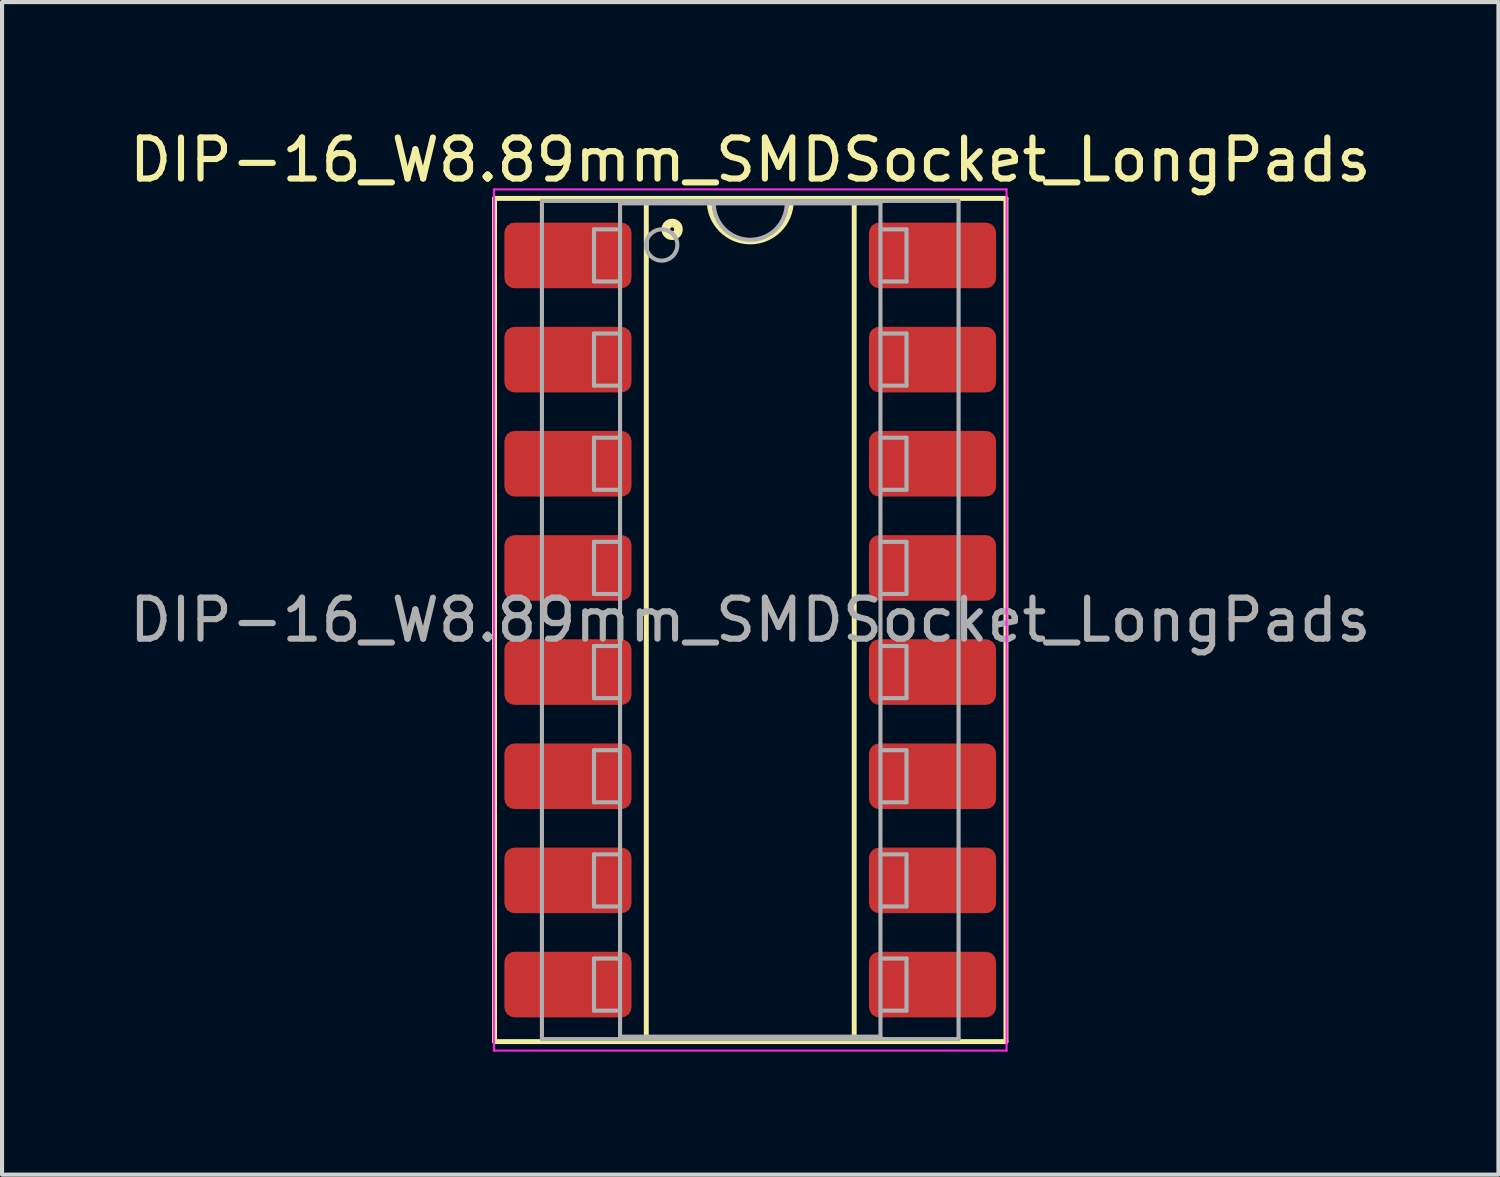
<source format=kicad_pcb>
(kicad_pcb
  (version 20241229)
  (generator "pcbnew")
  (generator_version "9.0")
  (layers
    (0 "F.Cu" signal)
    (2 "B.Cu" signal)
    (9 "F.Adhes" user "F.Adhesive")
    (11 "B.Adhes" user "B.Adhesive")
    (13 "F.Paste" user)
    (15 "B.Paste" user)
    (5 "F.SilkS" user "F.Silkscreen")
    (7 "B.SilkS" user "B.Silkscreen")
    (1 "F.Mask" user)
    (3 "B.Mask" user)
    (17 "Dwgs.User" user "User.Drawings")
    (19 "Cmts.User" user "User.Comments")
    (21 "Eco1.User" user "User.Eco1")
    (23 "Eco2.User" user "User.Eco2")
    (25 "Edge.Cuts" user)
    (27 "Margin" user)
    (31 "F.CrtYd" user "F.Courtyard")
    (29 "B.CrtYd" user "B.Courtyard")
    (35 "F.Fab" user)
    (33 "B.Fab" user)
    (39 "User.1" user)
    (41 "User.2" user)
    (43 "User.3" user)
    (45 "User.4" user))
  (footprint "DIP-16_W8.89mm_SMDSocket_LongPads"
    (layer "F.Cu")
    (at 15.244 12.068)
    (property "Reference" "DIP-16_W8.89mm_SMDSocket_LongPads" (at 0 -11.22 0) (layer "F.SilkS") (effects (font (size 1 1) (thickness 0.15))))
    (attr smd)
    (fp_line (start -6.235 -10.28) (end -6.235 10.28) (stroke (width 0.12) (type solid)) (layer "F.SilkS"))
    (fp_line (start -6.235 10.28) (end 6.235 10.28) (stroke (width 0.12) (type solid)) (layer "F.SilkS"))
    (fp_line (start -2.535 -10.22) (end -2.535 10.22) (stroke (width 0.12) (type solid)) (layer "F.SilkS"))
    (fp_line (start -2.535 10.22) (end 2.535 10.22) (stroke (width 0.12) (type solid)) (layer "F.SilkS"))
    (fp_line (start -1 -10.22) (end -2.535 -10.22) (stroke (width 0.12) (type solid)) (layer "F.SilkS"))
    (fp_line (start 2.535 -10.22) (end 1 -10.22) (stroke (width 0.12) (type solid)) (layer "F.SilkS"))
    (fp_line (start 2.535 10.22) (end 2.535 -10.22) (stroke (width 0.12) (type solid)) (layer "F.SilkS"))
    (fp_line (start 6.235 -10.28) (end -6.235 -10.28) (stroke (width 0.12) (type solid)) (layer "F.SilkS"))
    (fp_line (start 6.235 10.28) (end 6.235 -10.28) (stroke (width 0.12) (type solid)) (layer "F.SilkS"))
    (fp_arc (start 1 -10.22) (mid 0 -9.22) (end -1 -10.22) (stroke (width 0.12) (type solid)) (layer "F.SilkS"))
    (fp_circle (center -1.905 -9.525) (end -1.855 -9.525) (stroke (width 0.12) (type solid)) (fill no) (layer "F.SilkS"))
    (fp_circle (center -1.905 -9.525) (end -1.78 -9.525) (stroke (width 0.12) (type solid)) (fill no) (layer "F.SilkS"))
    (fp_circle (center -1.905 -9.525) (end -1.705 -9.525) (stroke (width 0.12) (type solid)) (fill no) (layer "F.SilkS"))
    (fp_line (start -6.25 -10.5) (end -6.25 10.5) (stroke (width 0.05) (type solid)) (layer "F.CrtYd"))
    (fp_line (start -6.25 10.5) (end 6.25 10.5) (stroke (width 0.05) (type solid)) (layer "F.CrtYd"))
    (fp_line (start 6.25 -10.5) (end -6.25 -10.5) (stroke (width 0.05) (type solid)) (layer "F.CrtYd"))
    (fp_line (start 6.25 10.5) (end 6.25 -10.5) (stroke (width 0.05) (type solid)) (layer "F.CrtYd"))
    (fp_line (start -5.08 -10.22) (end -5.08 10.22) (stroke (width 0.1) (type solid)) (layer "F.Fab"))
    (fp_line (start -5.08 10.22) (end 5.08 10.22) (stroke (width 0.1) (type solid)) (layer "F.Fab"))
    (fp_line (start -3.81 -9.525) (end -3.81 -8.255) (stroke (width 0.1) (type solid)) (layer "F.Fab"))
    (fp_line (start -3.81 -9.525) (end -3.175 -9.525) (stroke (width 0.1) (type solid)) (layer "F.Fab"))
    (fp_line (start -3.81 -8.255) (end -3.175 -8.255) (stroke (width 0.1) (type solid)) (layer "F.Fab"))
    (fp_line (start -3.81 -6.985) (end -3.81 -5.715) (stroke (width 0.1) (type solid)) (layer "F.Fab"))
    (fp_line (start -3.81 -6.985) (end -3.175 -6.985) (stroke (width 0.1) (type solid)) (layer "F.Fab"))
    (fp_line (start -3.81 -5.715) (end -3.175 -5.715) (stroke (width 0.1) (type solid)) (layer "F.Fab"))
    (fp_line (start -3.81 -4.445) (end -3.81 -3.175) (stroke (width 0.1) (type solid)) (layer "F.Fab"))
    (fp_line (start -3.81 -4.445) (end -3.175 -4.445) (stroke (width 0.1) (type solid)) (layer "F.Fab"))
    (fp_line (start -3.81 -3.175) (end -3.175 -3.175) (stroke (width 0.1) (type solid)) (layer "F.Fab"))
    (fp_line (start -3.81 -1.905) (end -3.81 -0.635) (stroke (width 0.1) (type solid)) (layer "F.Fab"))
    (fp_line (start -3.81 -1.905) (end -3.175 -1.905) (stroke (width 0.1) (type solid)) (layer "F.Fab"))
    (fp_line (start -3.81 -0.635) (end -3.175 -0.635) (stroke (width 0.1) (type solid)) (layer "F.Fab"))
    (fp_line (start -3.81 0.635) (end -3.81 1.905) (stroke (width 0.1) (type solid)) (layer "F.Fab"))
    (fp_line (start -3.81 0.635) (end -3.175 0.635) (stroke (width 0.1) (type solid)) (layer "F.Fab"))
    (fp_line (start -3.81 1.905) (end -3.175 1.905) (stroke (width 0.1) (type solid)) (layer "F.Fab"))
    (fp_line (start -3.81 3.175) (end -3.81 4.445) (stroke (width 0.1) (type solid)) (layer "F.Fab"))
    (fp_line (start -3.81 3.175) (end -3.175 3.175) (stroke (width 0.1) (type solid)) (layer "F.Fab"))
    (fp_line (start -3.81 4.445) (end -3.175 4.445) (stroke (width 0.1) (type solid)) (layer "F.Fab"))
    (fp_line (start -3.81 5.715) (end -3.81 6.985) (stroke (width 0.1) (type solid)) (layer "F.Fab"))
    (fp_line (start -3.81 5.715) (end -3.175 5.715) (stroke (width 0.1) (type solid)) (layer "F.Fab"))
    (fp_line (start -3.81 6.985) (end -3.175 6.985) (stroke (width 0.1) (type solid)) (layer "F.Fab"))
    (fp_line (start -3.81 8.255) (end -3.81 9.525) (stroke (width 0.1) (type solid)) (layer "F.Fab"))
    (fp_line (start -3.81 8.255) (end -3.175 8.255) (stroke (width 0.1) (type solid)) (layer "F.Fab"))
    (fp_line (start -3.81 9.525) (end -3.175 9.525) (stroke (width 0.1) (type solid)) (layer "F.Fab"))
    (fp_line (start -3.175 -10.16) (end 3.175 -10.16) (stroke (width 0.1) (type solid)) (layer "F.Fab"))
    (fp_line (start -3.175 10.16) (end -3.175 -10.16) (stroke (width 0.1) (type solid)) (layer "F.Fab"))
    (fp_line (start 3.175 -10.16) (end 3.175 10.16) (stroke (width 0.1) (type solid)) (layer "F.Fab"))
    (fp_line (start 3.175 10.16) (end -3.175 10.16) (stroke (width 0.1) (type solid)) (layer "F.Fab"))
    (fp_line (start 3.81 -9.525) (end 3.175 -9.525) (stroke (width 0.1) (type solid)) (layer "F.Fab"))
    (fp_line (start 3.81 -8.255) (end 3.175 -8.255) (stroke (width 0.1) (type solid)) (layer "F.Fab"))
    (fp_line (start 3.81 -8.255) (end 3.81 -9.525) (stroke (width 0.1) (type solid)) (layer "F.Fab"))
    (fp_line (start 3.81 -6.985) (end 3.175 -6.985) (stroke (width 0.1) (type solid)) (layer "F.Fab"))
    (fp_line (start 3.81 -5.715) (end 3.175 -5.715) (stroke (width 0.1) (type solid)) (layer "F.Fab"))
    (fp_line (start 3.81 -5.715) (end 3.81 -6.985) (stroke (width 0.1) (type solid)) (layer "F.Fab"))
    (fp_line (start 3.81 -4.445) (end 3.175 -4.445) (stroke (width 0.1) (type solid)) (layer "F.Fab"))
    (fp_line (start 3.81 -3.175) (end 3.175 -3.175) (stroke (width 0.1) (type solid)) (layer "F.Fab"))
    (fp_line (start 3.81 -3.175) (end 3.81 -4.445) (stroke (width 0.1) (type solid)) (layer "F.Fab"))
    (fp_line (start 3.81 -1.905) (end 3.175 -1.905) (stroke (width 0.1) (type solid)) (layer "F.Fab"))
    (fp_line (start 3.81 -0.635) (end 3.175 -0.635) (stroke (width 0.1) (type solid)) (layer "F.Fab"))
    (fp_line (start 3.81 -0.635) (end 3.81 -1.905) (stroke (width 0.1) (type solid)) (layer "F.Fab"))
    (fp_line (start 3.81 0.635) (end 3.175 0.635) (stroke (width 0.1) (type solid)) (layer "F.Fab"))
    (fp_line (start 3.81 1.905) (end 3.175 1.905) (stroke (width 0.1) (type solid)) (layer "F.Fab"))
    (fp_line (start 3.81 1.905) (end 3.81 0.635) (stroke (width 0.1) (type solid)) (layer "F.Fab"))
    (fp_line (start 3.81 3.175) (end 3.175 3.175) (stroke (width 0.1) (type solid)) (layer "F.Fab"))
    (fp_line (start 3.81 4.445) (end 3.175 4.445) (stroke (width 0.1) (type solid)) (layer "F.Fab"))
    (fp_line (start 3.81 4.445) (end 3.81 3.175) (stroke (width 0.1) (type solid)) (layer "F.Fab"))
    (fp_line (start 3.81 5.715) (end 3.175 5.715) (stroke (width 0.1) (type solid)) (layer "F.Fab"))
    (fp_line (start 3.81 6.985) (end 3.175 6.985) (stroke (width 0.1) (type solid)) (layer "F.Fab"))
    (fp_line (start 3.81 6.985) (end 3.81 5.715) (stroke (width 0.1) (type solid)) (layer "F.Fab"))
    (fp_line (start 3.81 8.255) (end 3.175 8.255) (stroke (width 0.1) (type solid)) (layer "F.Fab"))
    (fp_line (start 3.81 9.525) (end 3.175 9.525) (stroke (width 0.1) (type solid)) (layer "F.Fab"))
    (fp_line (start 3.81 9.525) (end 3.81 8.255) (stroke (width 0.1) (type solid)) (layer "F.Fab"))
    (fp_line (start 5.08 -10.22) (end -5.08 -10.22) (stroke (width 0.1) (type solid)) (layer "F.Fab"))
    (fp_line (start 5.08 10.22) (end 5.08 -10.22) (stroke (width 0.1) (type solid)) (layer "F.Fab"))
    (fp_arc (start 0.889 -10.16) (mid 0 -9.271) (end -0.889 -10.16) (stroke (width 0.1) (type solid)) (layer "F.Fab"))
    (fp_circle (center -2.159 -9.144) (end -1.778 -9.144) (stroke (width 0.1) (type solid)) (fill no) (layer "F.Fab"))
    (fp_text user "${REFERENCE}" (at 0 0 0) (layer "F.Fab") (effects (font (size 1 1) (thickness 0.15))))
    (pad "1" smd roundrect (at -4.445 -8.89) (size 3.1 1.6) (layers "F.Cu" "F.Mask" "F.Paste") (roundrect_rratio 0.156))
    (pad "2" smd roundrect (at -4.445 -6.35) (size 3.1 1.6) (layers "F.Cu" "F.Mask" "F.Paste") (roundrect_rratio 0.156))
    (pad "3" smd roundrect (at -4.445 -3.81) (size 3.1 1.6) (layers "F.Cu" "F.Mask" "F.Paste") (roundrect_rratio 0.156))
    (pad "4" smd roundrect (at -4.445 -1.27) (size 3.1 1.6) (layers "F.Cu" "F.Mask" "F.Paste") (roundrect_rratio 0.156))
    (pad "5" smd roundrect (at -4.445 1.27) (size 3.1 1.6) (layers "F.Cu" "F.Mask" "F.Paste") (roundrect_rratio 0.156))
    (pad "6" smd roundrect (at -4.445 3.81) (size 3.1 1.6) (layers "F.Cu" "F.Mask" "F.Paste") (roundrect_rratio 0.156))
    (pad "7" smd roundrect (at -4.445 6.35) (size 3.1 1.6) (layers "F.Cu" "F.Mask" "F.Paste") (roundrect_rratio 0.156))
    (pad "8" smd roundrect (at -4.445 8.89) (size 3.1 1.6) (layers "F.Cu" "F.Mask" "F.Paste") (roundrect_rratio 0.156))
    (pad "9" smd roundrect (at 4.445 8.89) (size 3.1 1.6) (layers "F.Cu" "F.Mask" "F.Paste") (roundrect_rratio 0.156))
    (pad "10" smd roundrect (at 4.445 6.35) (size 3.1 1.6) (layers "F.Cu" "F.Mask" "F.Paste") (roundrect_rratio 0.156))
    (pad "11" smd roundrect (at 4.445 3.81) (size 3.1 1.6) (layers "F.Cu" "F.Mask" "F.Paste") (roundrect_rratio 0.156))
    (pad "12" smd roundrect (at 4.445 1.27) (size 3.1 1.6) (layers "F.Cu" "F.Mask" "F.Paste") (roundrect_rratio 0.156))
    (pad "13" smd roundrect (at 4.445 -1.27) (size 3.1 1.6) (layers "F.Cu" "F.Mask" "F.Paste") (roundrect_rratio 0.156))
    (pad "14" smd roundrect (at 4.445 -3.81) (size 3.1 1.6) (layers "F.Cu" "F.Mask" "F.Paste") (roundrect_rratio 0.156))
    (pad "15" smd roundrect (at 4.445 -6.35) (size 3.1 1.6) (layers "F.Cu" "F.Mask" "F.Paste") (roundrect_rratio 0.156))
    (pad "16" smd roundrect (at 4.445 -8.89) (size 3.1 1.6) (layers "F.Cu" "F.Mask" "F.Paste") (roundrect_rratio 0.156)))
  (gr_rect
    (start -3 -3)
    (end 33.488 25.593)
    (stroke (width 0.1) (type default))
    (fill no)
    (layer "Edge.Cuts")))
</source>
